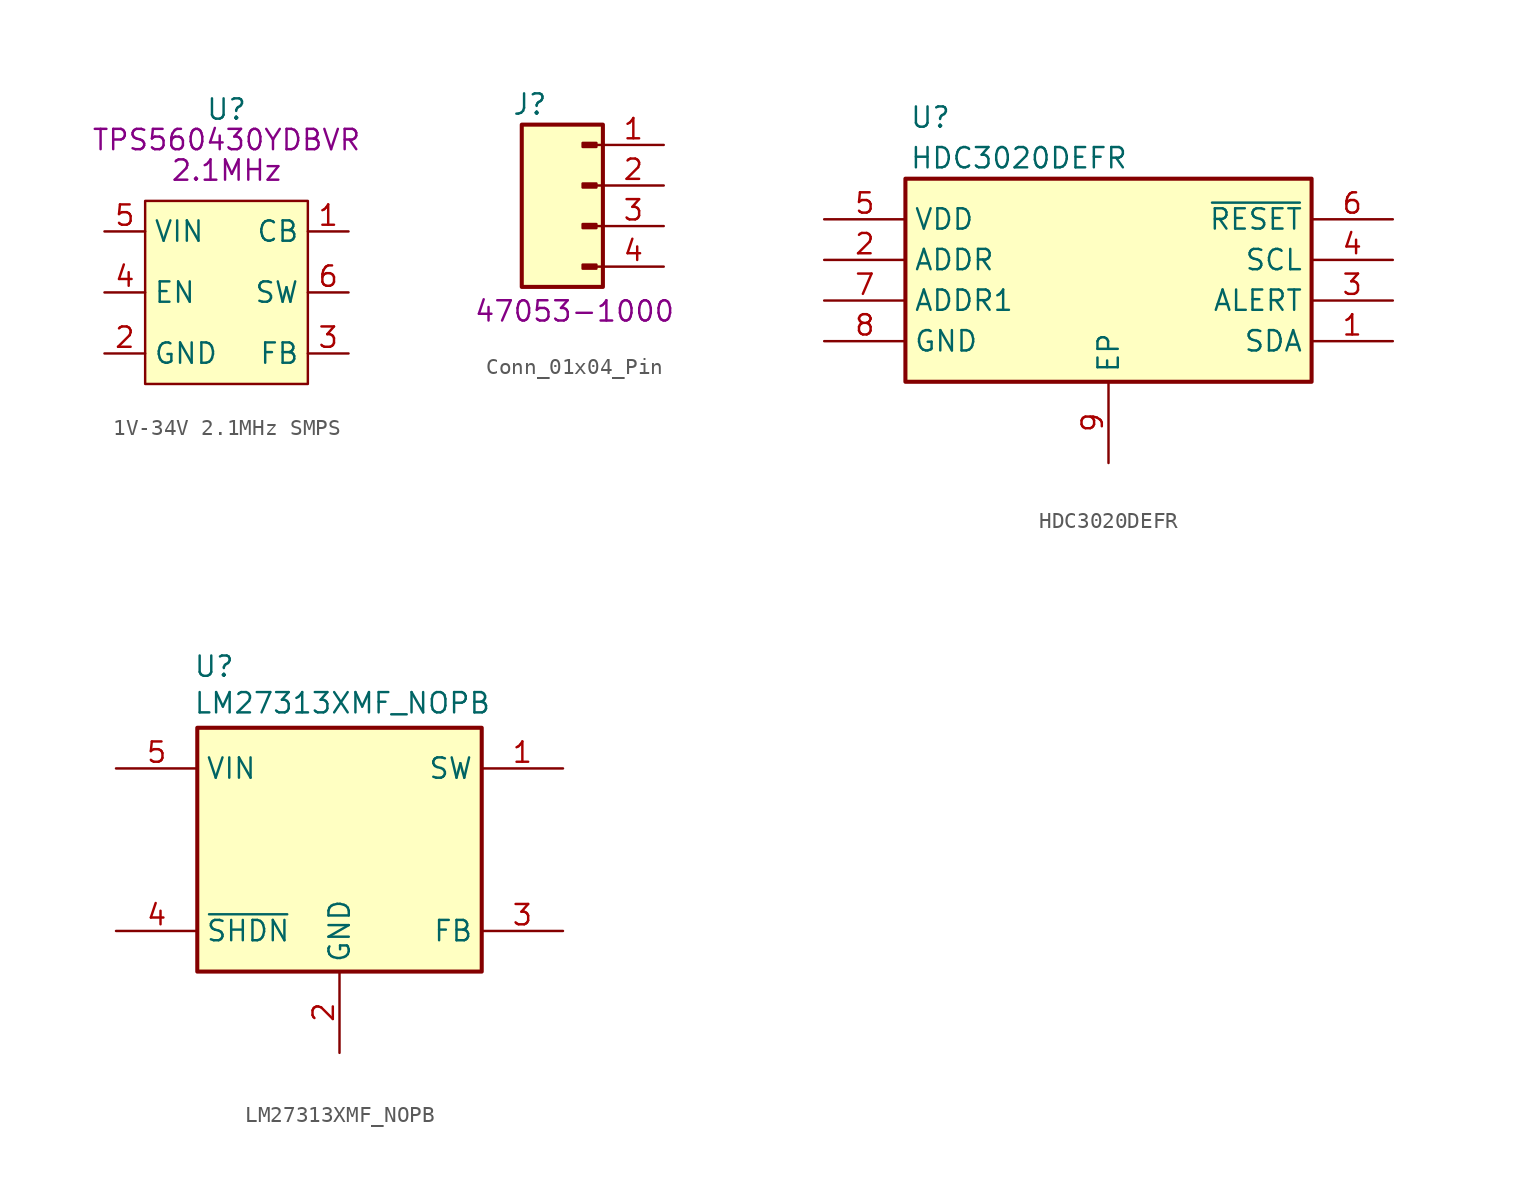
<source format=kicad_sym>
(kicad_symbol_lib
  (version 20231120)
  (generator "kicad_symbol_editor")
  (generator_version "8.0")
  (symbol "1V-34V 2.1MHz SMPS"
    (property "Reference" "U"
      (at 0 11.43 0)
      (effects (font (size 1.27 1.27))))
    (property "MPN" "TPS560430YDBVR"
      (at 0 9.525 0)
      (effects (font (size 1.27 1.27))))
    (property "Frequency" "2.1MHz"
      (at 0 7.62 0)
      (effects (font (size 1.27 1.27))))
    (symbol "1V-34V 2.1MHz SMPS_0_1"
      (rectangle (start -5.08 5.715) (end 5.08 -5.715) (stroke (width 0) (type default)) (fill (type background))))
    (symbol "1V-34V 2.1MHz SMPS_1_1"
      (pin passive line (at 7.62 3.81 180) (length 2.54) (name "CB" (effects (font (size 1.27 1.27)))) (number "1" (effects (font (size 1.27 1.27)))))
      (pin passive line (at -7.62 -3.81 0) (length 2.54) (name "GND" (effects (font (size 1.27 1.27)))) (number "2" (effects (font (size 1.27 1.27)))))
      (pin passive line (at 7.62 -3.81 180) (length 2.54) (name "FB" (effects (font (size 1.27 1.27)))) (number "3" (effects (font (size 1.27 1.27)))))
      (pin passive line (at -7.62 0 0) (length 2.54) (name "EN" (effects (font (size 1.27 1.27)))) (number "4" (effects (font (size 1.27 1.27)))))
      (pin passive line (at -7.62 3.81 0) (length 2.54) (name "VIN" (effects (font (size 1.27 1.27)))) (number "5" (effects (font (size 1.27 1.27)))))
      (pin passive line (at 7.62 0 180) (length 2.54) (name "SW" (effects (font (size 1.27 1.27)))) (number "6" (effects (font (size 1.27 1.27)))))))
  (symbol "Conn_01x04_Pin"
    (pin_names
      (offset 1.016) hide)
    (property "Reference" "J"
      (at -3.302 5.08 0)
      (effects (font (size 1.27 1.27))))
    (property "MPN" "47053-1000"
      (at -0.508 -7.874 0)
      (effects (font (size 1.27 1.27))))
    (symbol "Conn_01x04_Pin_0_0"
      (rectangle (start -3.81 3.81) (end 1.27 -6.35) (stroke (width 0.254) (type default)) (fill (type background))))
    (symbol "Conn_01x04_Pin_1_1"
      (polyline (pts (xy 1.27 -5.08) (xy 0.864 -5.08)) (stroke (width 0.152) (type default)) (fill (type none)))
      (polyline (pts (xy 1.27 -2.54) (xy 0.864 -2.54)) (stroke (width 0.152) (type default)) (fill (type none)))
      (polyline (pts (xy 1.27 0) (xy 0.864 0)) (stroke (width 0.152) (type default)) (fill (type none)))
      (polyline (pts (xy 1.27 2.54) (xy 0.864 2.54)) (stroke (width 0.152) (type default)) (fill (type none)))
      (rectangle (start 0.864 -4.953) (end 0 -5.207) (stroke (width 0.152) (type default)) (fill (type outline)))
      (rectangle (start 0.864 -2.413) (end 0 -2.667) (stroke (width 0.152) (type default)) (fill (type outline)))
      (rectangle (start 0.864 0.127) (end 0 -0.127) (stroke (width 0.152) (type default)) (fill (type outline)))
      (rectangle (start 0.864 2.667) (end 0 2.413) (stroke (width 0.152) (type default)) (fill (type outline)))
      (pin passive line (at 5.08 2.54 180) (length 3.81) (name "Pin_1" (effects (font (size 1.27 1.27)))) (number "1" (effects (font (size 1.27 1.27)))))
      (pin passive line (at 5.08 0 180) (length 3.81) (name "Pin_2" (effects (font (size 1.27 1.27)))) (number "2" (effects (font (size 1.27 1.27)))))
      (pin passive line (at 5.08 -2.54 180) (length 3.81) (name "Pin_3" (effects (font (size 1.27 1.27)))) (number "3" (effects (font (size 1.27 1.27)))))
      (pin passive line (at 5.08 -5.08 180) (length 3.81) (name "Pin_4" (effects (font (size 1.27 1.27)))) (number "4" (effects (font (size 1.27 1.27)))))))
  (symbol "HDC3020DEFR"
    (property "Reference" "U"
      (at 5.334 7.112 0)
      (effects (font (size 1.27 1.27)) (justify left top)))
    (property "Value" "HDC3020DEFR"
      (at 5.334 4.572 0)
      (effects (font (size 1.27 1.27)) (justify left top)))
    (symbol "HDC3020DEFR_1_1"
      (rectangle (start 5.08 2.54) (end 30.48 -10.16) (stroke (width 0.254) (type default)) (fill (type background)))
      (pin passive line (at 35.56 -7.62 180) (length 5.08) (name "SDA" (effects (font (size 1.27 1.27)))) (number "1" (effects (font (size 1.27 1.27)))))
      (pin passive line (at 0 -2.54 0) (length 5.08) (name "ADDR" (effects (font (size 1.27 1.27)))) (number "2" (effects (font (size 1.27 1.27)))))
      (pin passive line (at 35.56 -5.08 180) (length 5.08) (name "ALERT" (effects (font (size 1.27 1.27)))) (number "3" (effects (font (size 1.27 1.27)))))
      (pin passive line (at 35.56 -2.54 180) (length 5.08) (name "SCL" (effects (font (size 1.27 1.27)))) (number "4" (effects (font (size 1.27 1.27)))))
      (pin passive line (at 0 0 0) (length 5.08) (name "VDD" (effects (font (size 1.27 1.27)))) (number "5" (effects (font (size 1.27 1.27)))))
      (pin passive line (at 35.56 0 180) (length 5.08) (name "~{RESET}" (effects (font (size 1.27 1.27)))) (number "6" (effects (font (size 1.27 1.27)))))
      (pin passive line (at 0 -5.08 0) (length 5.08) (name "ADDR1" (effects (font (size 1.27 1.27)))) (number "7" (effects (font (size 1.27 1.27)))))
      (pin passive line (at 0 -7.62 0) (length 5.08) (name "GND" (effects (font (size 1.27 1.27)))) (number "8" (effects (font (size 1.27 1.27)))))
      (pin passive line (at 17.78 -15.24 90) (length 5.08) (name "EP" (effects (font (size 1.27 1.27)))) (number "9" (effects (font (size 1.27 1.27)))))))
  (symbol "LM27313XMF_NOPB"
    (property "Reference" "U"
      (at 4.826 7.112 0)
      (effects (font (size 1.27 1.27)) (justify left top)))
    (property "Value" "LM27313XMF_NOPB"
      (at 4.826 4.826 0)
      (effects (font (size 1.27 1.27)) (justify left top)))
    (symbol "LM27313XMF_NOPB_1_1"
      (rectangle (start 5.08 2.54) (end 22.86 -12.7) (stroke (width 0.254) (type default)) (fill (type background)))
      (pin output line (at 27.94 0 180) (length 5.08) (name "SW" (effects (font (size 1.27 1.27)))) (number "1" (effects (font (size 1.27 1.27)))))
      (pin passive line (at 13.97 -17.78 90) (length 5.08) (name "GND" (effects (font (size 1.27 1.27)))) (number "2" (effects (font (size 1.27 1.27)))))
      (pin passive line (at 27.94 -10.16 180) (length 5.08) (name "FB" (effects (font (size 1.27 1.27)))) (number "3" (effects (font (size 1.27 1.27)))))
      (pin passive line (at 0 -10.16 0) (length 5.08) (name "~{SHDN}" (effects (font (size 1.27 1.27)))) (number "4" (effects (font (size 1.27 1.27)))))
      (pin input line (at 0 0 0) (length 5.08) (name "VIN" (effects (font (size 1.27 1.27)))) (number "5" (effects (font (size 1.27 1.27))))))))
</source>
